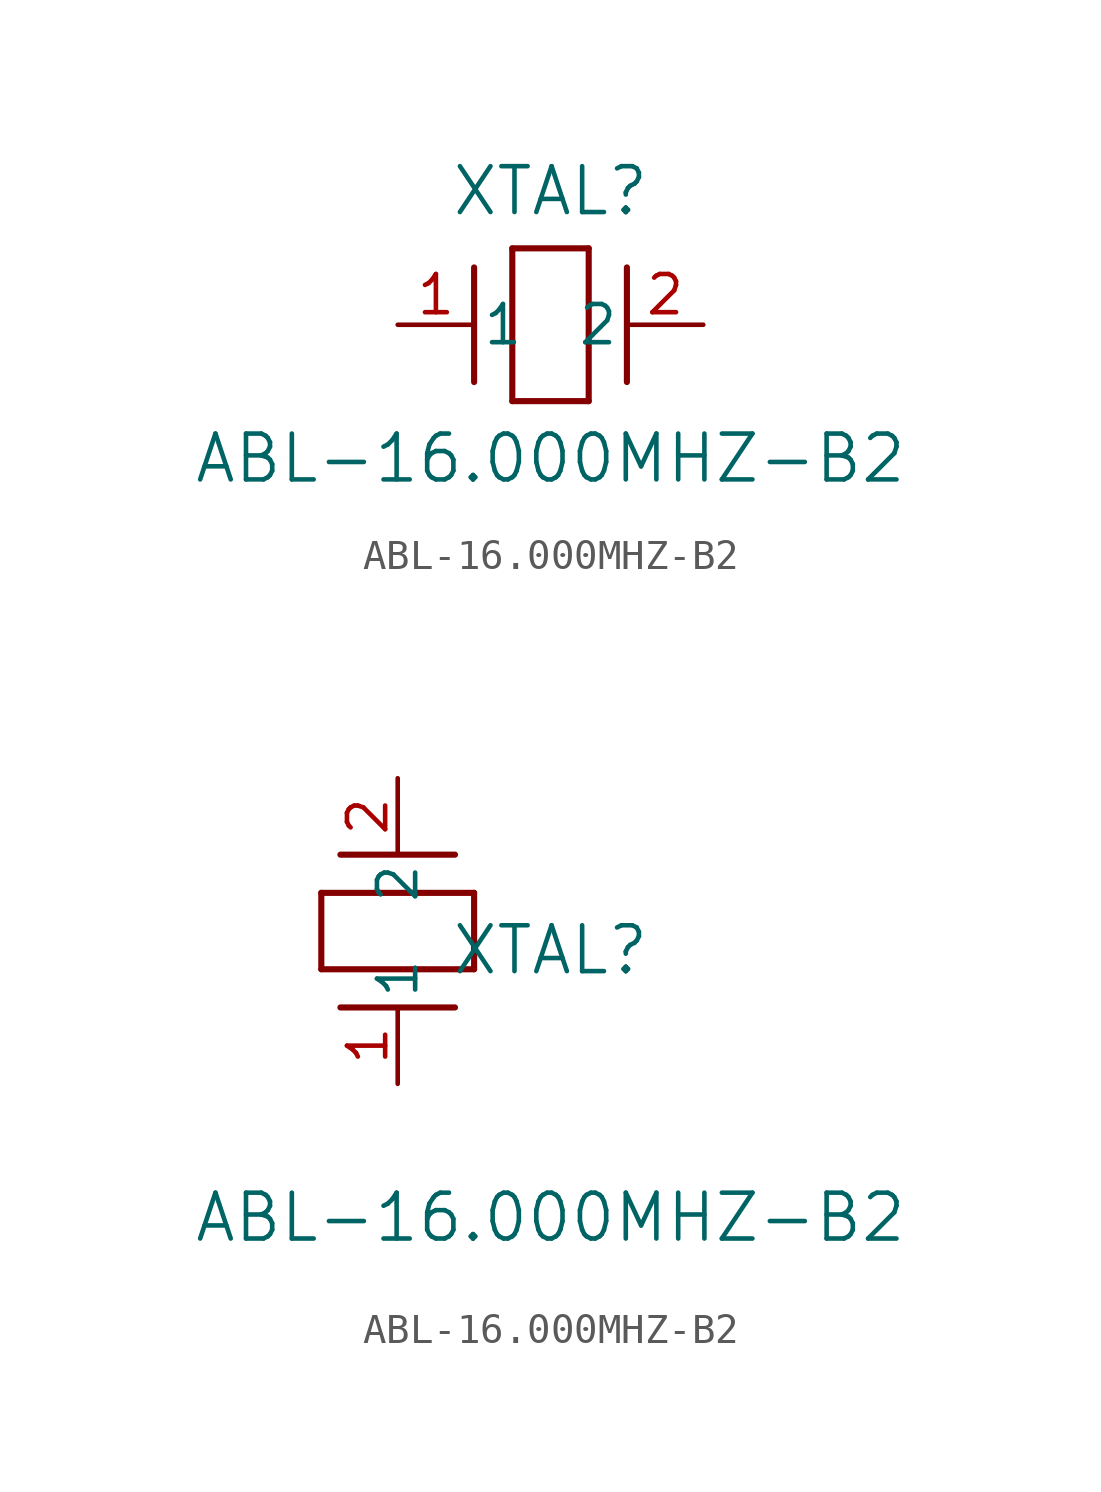
<source format=kicad_sym>
(kicad_symbol_lib
  (version 20211014)
  (generator kicad_symbol_editor)
  (symbol "ABL-16.000MHZ-B2"
    (pin_names
      (offset 0.254))
    (property "Reference" "XTAL"
      (at 5.08 4.445 0)
      (effects (font (size 1.524 1.524))))
    (property "Value" "ABL-16.000MHZ-B2"
      (at 5.08 -4.445 0)
      (effects (font (size 1.524 1.524))))
    (symbol "ABL-16.000MHZ-B2_1_1"
      (polyline (pts (xy 2.54 -1.905) (xy 2.54 1.905)) (stroke (width 0.203) (type default) (color 0 0 0 0)) (fill (type none)))
      (polyline (pts (xy 6.35 2.54) (xy 6.35 -2.54)) (stroke (width 0.203) (type default) (color 0 0 0 0)) (fill (type none)))
      (polyline (pts (xy 7.62 -1.905) (xy 7.62 1.905)) (stroke (width 0.203) (type default) (color 0 0 0 0)) (fill (type none)))
      (polyline (pts (xy 6.35 -2.54) (xy 3.81 -2.54)) (stroke (width 0.203) (type default) (color 0 0 0 0)) (fill (type none)))
      (polyline (pts (xy 3.81 2.54) (xy 6.35 2.54)) (stroke (width 0.203) (type default) (color 0 0 0 0)) (fill (type none)))
      (polyline (pts (xy 3.81 -2.54) (xy 3.81 2.54)) (stroke (width 0.203) (type default) (color 0 0 0 0)) (fill (type none)))
      (pin unspecified line (at 0 0 0) (length 2.54) (name "1" (effects (font (size 1.27 1.27)))) (number "1" (effects (font (size 1.27 1.27)))))
      (pin unspecified line (at 10.16 0 180) (length 2.54) (name "2" (effects (font (size 1.27 1.27)))) (number "2" (effects (font (size 1.27 1.27))))))
    (symbol "ABL-16.000MHZ-B2_1_2"
      (polyline (pts (xy 1.905 7.62) (xy -1.905 7.62)) (stroke (width 0.203) (type default) (color 0 0 0 0)) (fill (type none)))
      (polyline (pts (xy -2.54 3.81) (xy -2.54 6.35)) (stroke (width 0.203) (type default) (color 0 0 0 0)) (fill (type none)))
      (polyline (pts (xy 1.905 2.54) (xy -1.905 2.54)) (stroke (width 0.203) (type default) (color 0 0 0 0)) (fill (type none)))
      (polyline (pts (xy 2.54 6.35) (xy 2.54 3.81)) (stroke (width 0.203) (type default) (color 0 0 0 0)) (fill (type none)))
      (polyline (pts (xy -2.54 6.35) (xy 2.54 6.35)) (stroke (width 0.203) (type default) (color 0 0 0 0)) (fill (type none)))
      (polyline (pts (xy 2.54 3.81) (xy -2.54 3.81)) (stroke (width 0.203) (type default) (color 0 0 0 0)) (fill (type none)))
      (pin unspecified line (at 0 0 90) (length 2.54) (name "1" (effects (font (size 1.27 1.27)))) (number "1" (effects (font (size 1.27 1.27)))))
      (pin unspecified line (at 0 10.16 270) (length 2.54) (name "2" (effects (font (size 1.27 1.27)))) (number "2" (effects (font (size 1.27 1.27))))))))
</source>
